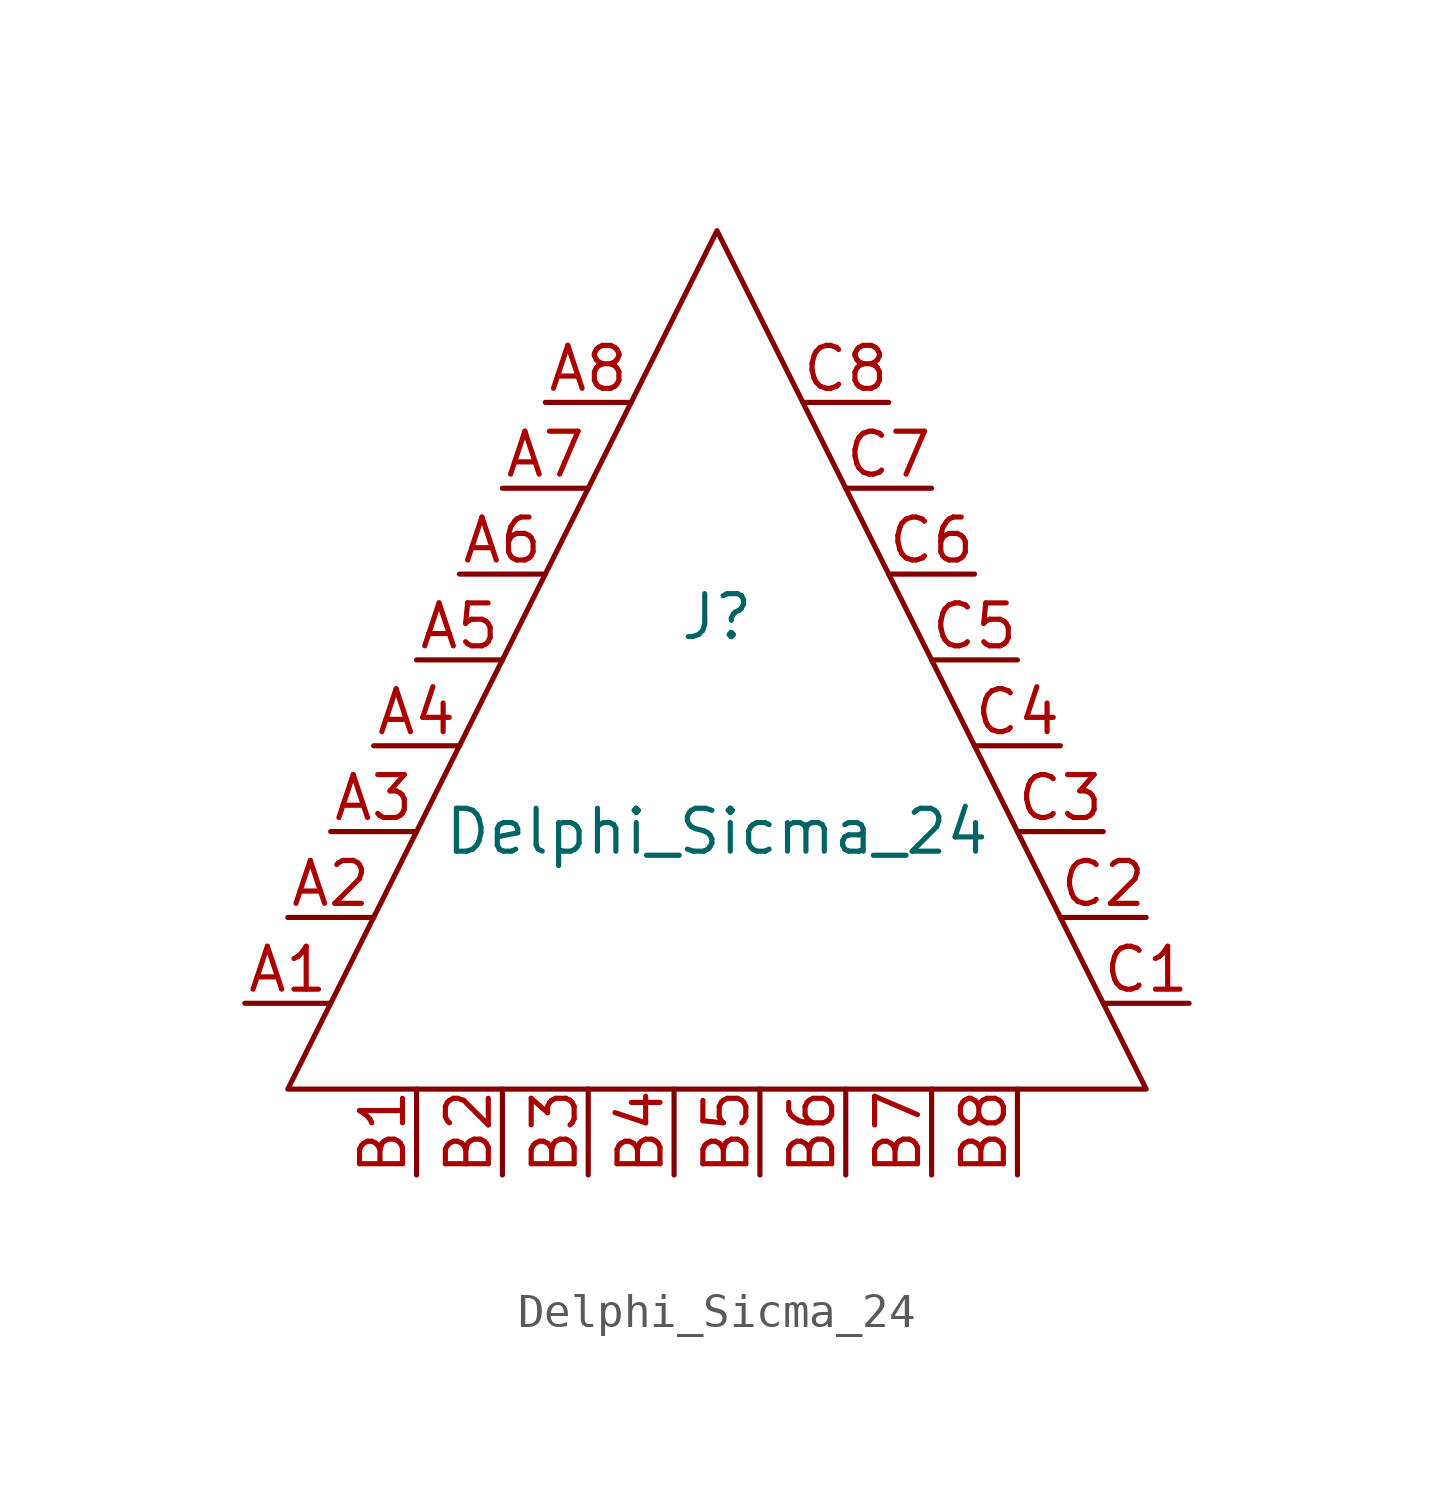
<source format=kicad_sym>
(kicad_symbol_lib
  (version 20241209)
  (generator "kicad_symbol_editor")
  (generator_version "9.0")
  (symbol "Delphi_Sicma_24"
    (pin_names
      (offset 1.016))
    (property "Reference" "J"
      (at 0 1.27 0)
      (effects (font (size 1.27 1.27))))
    (property "Value" "Delphi_Sicma_24"
      (at 0 -5.08 0)
      (effects (font (size 1.27 1.27))))
    (symbol "Delphi_Sicma_24_0_1"
      (polyline (pts (xy -12.7 -12.7) (xy 0 12.7) (xy 12.7 -12.7) (xy -12.7 -12.7)) (stroke (width 0) (type solid)) (fill (type none))))
    (symbol "Delphi_Sicma_24_1_1"
      (pin passive line (at -13.97 -10.16 0) (length 2.54) (name "~" (effects (font (size 1.27 1.27)))) (number "A1" (effects (font (size 1.27 1.27)))))
      (pin passive line (at -12.7 -7.62 0) (length 2.54) (name "~" (effects (font (size 1.27 1.27)))) (number "A2" (effects (font (size 1.27 1.27)))))
      (pin passive line (at -11.43 -5.08 0) (length 2.54) (name "~" (effects (font (size 1.27 1.27)))) (number "A3" (effects (font (size 1.27 1.27)))))
      (pin passive line (at -10.16 -2.54 0) (length 2.54) (name "~" (effects (font (size 1.27 1.27)))) (number "A4" (effects (font (size 1.27 1.27)))))
      (pin passive line (at -8.89 0 0) (length 2.54) (name "~" (effects (font (size 1.27 1.27)))) (number "A5" (effects (font (size 1.27 1.27)))))
      (pin passive line (at -8.89 -15.24 90) (length 2.54) (name "~" (effects (font (size 1.27 1.27)))) (number "B1" (effects (font (size 1.27 1.27)))))
      (pin passive line (at -7.62 2.54 0) (length 2.54) (name "~" (effects (font (size 1.27 1.27)))) (number "A6" (effects (font (size 1.27 1.27)))))
      (pin passive line (at -6.35 5.08 0) (length 2.54) (name "~" (effects (font (size 1.27 1.27)))) (number "A7" (effects (font (size 1.27 1.27)))))
      (pin passive line (at -6.35 -15.24 90) (length 2.54) (name "~" (effects (font (size 1.27 1.27)))) (number "B2" (effects (font (size 1.27 1.27)))))
      (pin passive line (at -5.08 7.62 0) (length 2.54) (name "~" (effects (font (size 1.27 1.27)))) (number "A8" (effects (font (size 1.27 1.27)))))
      (pin passive line (at -3.81 -15.24 90) (length 2.54) (name "~" (effects (font (size 1.27 1.27)))) (number "B3" (effects (font (size 1.27 1.27)))))
      (pin passive line (at -1.27 -15.24 90) (length 2.54) (name "~" (effects (font (size 1.27 1.27)))) (number "B4" (effects (font (size 1.27 1.27)))))
      (pin passive line (at 1.27 -15.24 90) (length 2.54) (name "~" (effects (font (size 1.27 1.27)))) (number "B5" (effects (font (size 1.27 1.27)))))
      (pin passive line (at 3.81 -15.24 90) (length 2.54) (name "~" (effects (font (size 1.27 1.27)))) (number "B6" (effects (font (size 1.27 1.27)))))
      (pin passive line (at 5.08 7.62 180) (length 2.54) (name "~" (effects (font (size 1.27 1.27)))) (number "C8" (effects (font (size 1.27 1.27)))))
      (pin passive line (at 6.35 5.08 180) (length 2.54) (name "~" (effects (font (size 1.27 1.27)))) (number "C7" (effects (font (size 1.27 1.27)))))
      (pin passive line (at 6.35 -15.24 90) (length 2.54) (name "~" (effects (font (size 1.27 1.27)))) (number "B7" (effects (font (size 1.27 1.27)))))
      (pin passive line (at 7.62 2.54 180) (length 2.54) (name "~" (effects (font (size 1.27 1.27)))) (number "C6" (effects (font (size 1.27 1.27)))))
      (pin passive line (at 8.89 0 180) (length 2.54) (name "~" (effects (font (size 1.27 1.27)))) (number "C5" (effects (font (size 1.27 1.27)))))
      (pin passive line (at 8.89 -15.24 90) (length 2.54) (name "~" (effects (font (size 1.27 1.27)))) (number "B8" (effects (font (size 1.27 1.27)))))
      (pin passive line (at 10.16 -2.54 180) (length 2.54) (name "~" (effects (font (size 1.27 1.27)))) (number "C4" (effects (font (size 1.27 1.27)))))
      (pin passive line (at 11.43 -5.08 180) (length 2.54) (name "~" (effects (font (size 1.27 1.27)))) (number "C3" (effects (font (size 1.27 1.27)))))
      (pin passive line (at 12.7 -7.62 180) (length 2.54) (name "~" (effects (font (size 1.27 1.27)))) (number "C2" (effects (font (size 1.27 1.27)))))
      (pin passive line (at 13.97 -10.16 180) (length 2.54) (name "~" (effects (font (size 1.27 1.27)))) (number "C1" (effects (font (size 1.27 1.27))))))))
</source>
